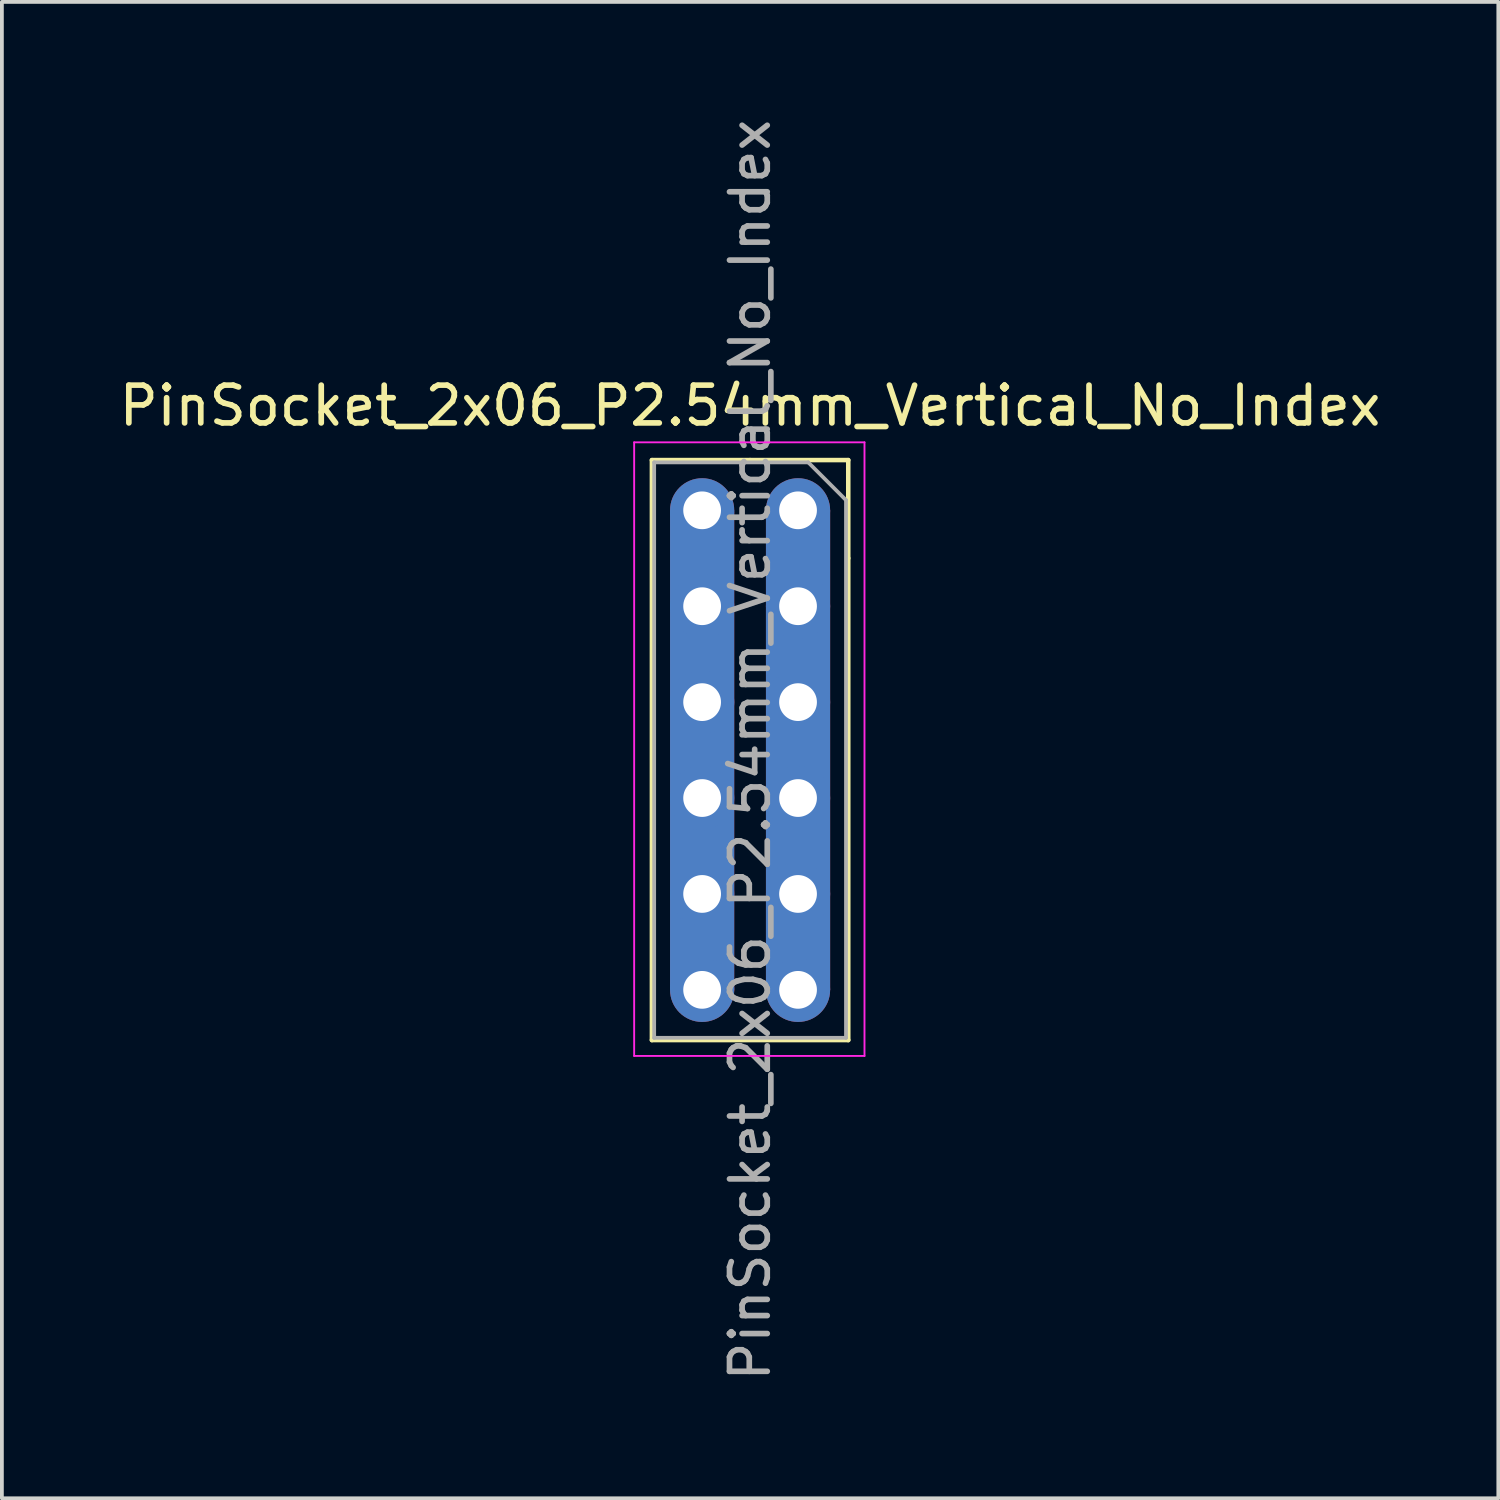
<source format=kicad_pcb>
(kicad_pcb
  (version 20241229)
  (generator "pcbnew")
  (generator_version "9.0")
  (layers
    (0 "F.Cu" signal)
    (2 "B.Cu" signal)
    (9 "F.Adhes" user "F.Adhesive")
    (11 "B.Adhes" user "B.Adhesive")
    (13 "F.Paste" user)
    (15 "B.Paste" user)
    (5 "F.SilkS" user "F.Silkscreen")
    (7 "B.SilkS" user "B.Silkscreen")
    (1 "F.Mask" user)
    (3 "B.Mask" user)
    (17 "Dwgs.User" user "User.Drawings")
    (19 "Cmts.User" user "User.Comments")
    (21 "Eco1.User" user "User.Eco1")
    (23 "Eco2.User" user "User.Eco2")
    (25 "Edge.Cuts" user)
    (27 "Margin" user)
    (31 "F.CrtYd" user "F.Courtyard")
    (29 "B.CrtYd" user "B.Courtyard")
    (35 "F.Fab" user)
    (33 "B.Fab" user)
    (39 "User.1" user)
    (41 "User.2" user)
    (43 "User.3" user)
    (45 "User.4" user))
  (footprint "PinSocket_2x06_P2.54mm_Vertical_No_Index"
    (layer "F.Cu")
    (at 18.085 10.465)
    (property "Reference" "PinSocket_2x06_P2.54mm_Vertical_No_Index" (at -1.27 -2.77 0) (layer "F.SilkS") (effects (font (size 1 1) (thickness 0.15))))
    (attr through_hole)
    (fp_rect (start -3.39 0.04) (end -1.69 12.74) (stroke (width 0) (type solid)) (fill yes) (layer "F.Cu"))
    (fp_rect (start -0.85 0) (end 0.85 12.7) (stroke (width 0) (type solid)) (fill yes) (layer "F.Cu"))
    (fp_rect (start -3.39 0) (end -1.69 12.7) (stroke (width 0) (type solid)) (fill yes) (layer "F.Mask"))
    (fp_rect (start -0.85 0) (end 0.85 12.7) (stroke (width 0) (type solid)) (fill yes) (layer "F.Mask"))
    (fp_rect (start -3.39 0) (end -1.69 12.7) (stroke (width 0) (type solid)) (fill yes) (layer "B.Cu"))
    (fp_rect (start -0.85 0) (end 0.85 12.7) (stroke (width 0) (type solid)) (fill yes) (layer "B.Cu"))
    (fp_rect (start -3.39 0) (end -1.69 12.7) (stroke (width 0) (type solid)) (fill yes) (layer "B.Mask"))
    (fp_rect (start -0.85 0) (end 0.85 12.7) (stroke (width 0) (type solid)) (fill yes) (layer "B.Mask"))
    (fp_line (start -3.87 -1.33) (end -3.87 14.03) (stroke (width 0.12) (type solid)) (layer "F.SilkS"))
    (fp_line (start -3.87 -1.33) (end -1.27 -1.33) (stroke (width 0.12) (type solid)) (layer "F.SilkS"))
    (fp_line (start -3.87 14.03) (end 1.33 14.03) (stroke (width 0.12) (type solid)) (layer "F.SilkS"))
    (fp_line (start -1.27 -1.33) (end 1.33 -1.33) (stroke (width 0.12) (type solid)) (layer "F.SilkS"))
    (fp_line (start 1.33 -1.33) (end 1.33 1.27) (stroke (width 0.12) (type solid)) (layer "F.SilkS"))
    (fp_line (start 1.33 1.27) (end 1.33 14.03) (stroke (width 0.12) (type solid)) (layer "F.SilkS"))
    (fp_line (start -4.34 -1.8) (end 1.76 -1.8) (stroke (width 0.05) (type solid)) (layer "F.CrtYd"))
    (fp_line (start -4.34 14.45) (end -4.34 -1.8) (stroke (width 0.05) (type solid)) (layer "F.CrtYd"))
    (fp_line (start 1.76 -1.8) (end 1.76 14.45) (stroke (width 0.05) (type solid)) (layer "F.CrtYd"))
    (fp_line (start 1.76 14.45) (end -4.34 14.45) (stroke (width 0.05) (type solid)) (layer "F.CrtYd"))
    (fp_line (start -3.81 -1.27) (end 0.27 -1.27) (stroke (width 0.1) (type solid)) (layer "F.Fab"))
    (fp_line (start -3.81 13.97) (end -3.81 -1.27) (stroke (width 0.1) (type solid)) (layer "F.Fab"))
    (fp_line (start 0.27 -1.27) (end 1.27 -0.27) (stroke (width 0.1) (type solid)) (layer "F.Fab"))
    (fp_line (start 1.27 -0.27) (end 1.27 13.97) (stroke (width 0.1) (type solid)) (layer "F.Fab"))
    (fp_line (start 1.27 13.97) (end -3.81 13.97) (stroke (width 0.1) (type solid)) (layer "F.Fab"))
    (fp_text user "${REFERENCE}" (at -1.27 6.35 90) (layer "F.Fab") (effects (font (size 1 1) (thickness 0.15))))
    (pad "1" thru_hole circle (at 0 0) (size 1.7 1.7) (drill 1) (layers "*.Cu" "*.Mask"))
    (pad "2" thru_hole oval (at -2.54 0) (size 1.7 1.7) (drill 1) (layers "*.Cu" "*.Mask"))
    (pad "3" thru_hole oval (at 0 2.54) (size 1.7 1.7) (drill 1) (layers "*.Cu" "*.Mask"))
    (pad "4" thru_hole oval (at -2.54 2.54) (size 1.7 1.7) (drill 1) (layers "*.Cu" "*.Mask"))
    (pad "5" thru_hole oval (at 0 5.08) (size 1.7 1.7) (drill 1) (layers "*.Cu" "*.Mask"))
    (pad "6" thru_hole oval (at -2.54 5.08) (size 1.7 1.7) (drill 1) (layers "*.Cu" "*.Mask"))
    (pad "7" thru_hole oval (at 0 7.62) (size 1.7 1.7) (drill 1) (layers "*.Cu" "*.Mask"))
    (pad "8" thru_hole oval (at -2.54 7.62) (size 1.7 1.7) (drill 1) (layers "*.Cu" "*.Mask"))
    (pad "9" thru_hole oval (at 0 10.16) (size 1.7 1.7) (drill 1) (layers "*.Cu" "*.Mask"))
    (pad "10" thru_hole oval (at -2.54 10.16) (size 1.7 1.7) (drill 1) (layers "*.Cu" "*.Mask"))
    (pad "11" thru_hole oval (at 0 12.7) (size 1.7 1.7) (drill 1) (layers "*.Cu" "*.Mask"))
    (pad "12" thru_hole oval (at -2.54 12.7) (size 1.7 1.7) (drill 1) (layers "*.Cu" "*.Mask")))
  (gr_rect
    (start -3 -3)
    (end 36.631 36.631)
    (stroke (width 0.1) (type default))
    (fill no)
    (layer "Edge.Cuts")))
</source>
